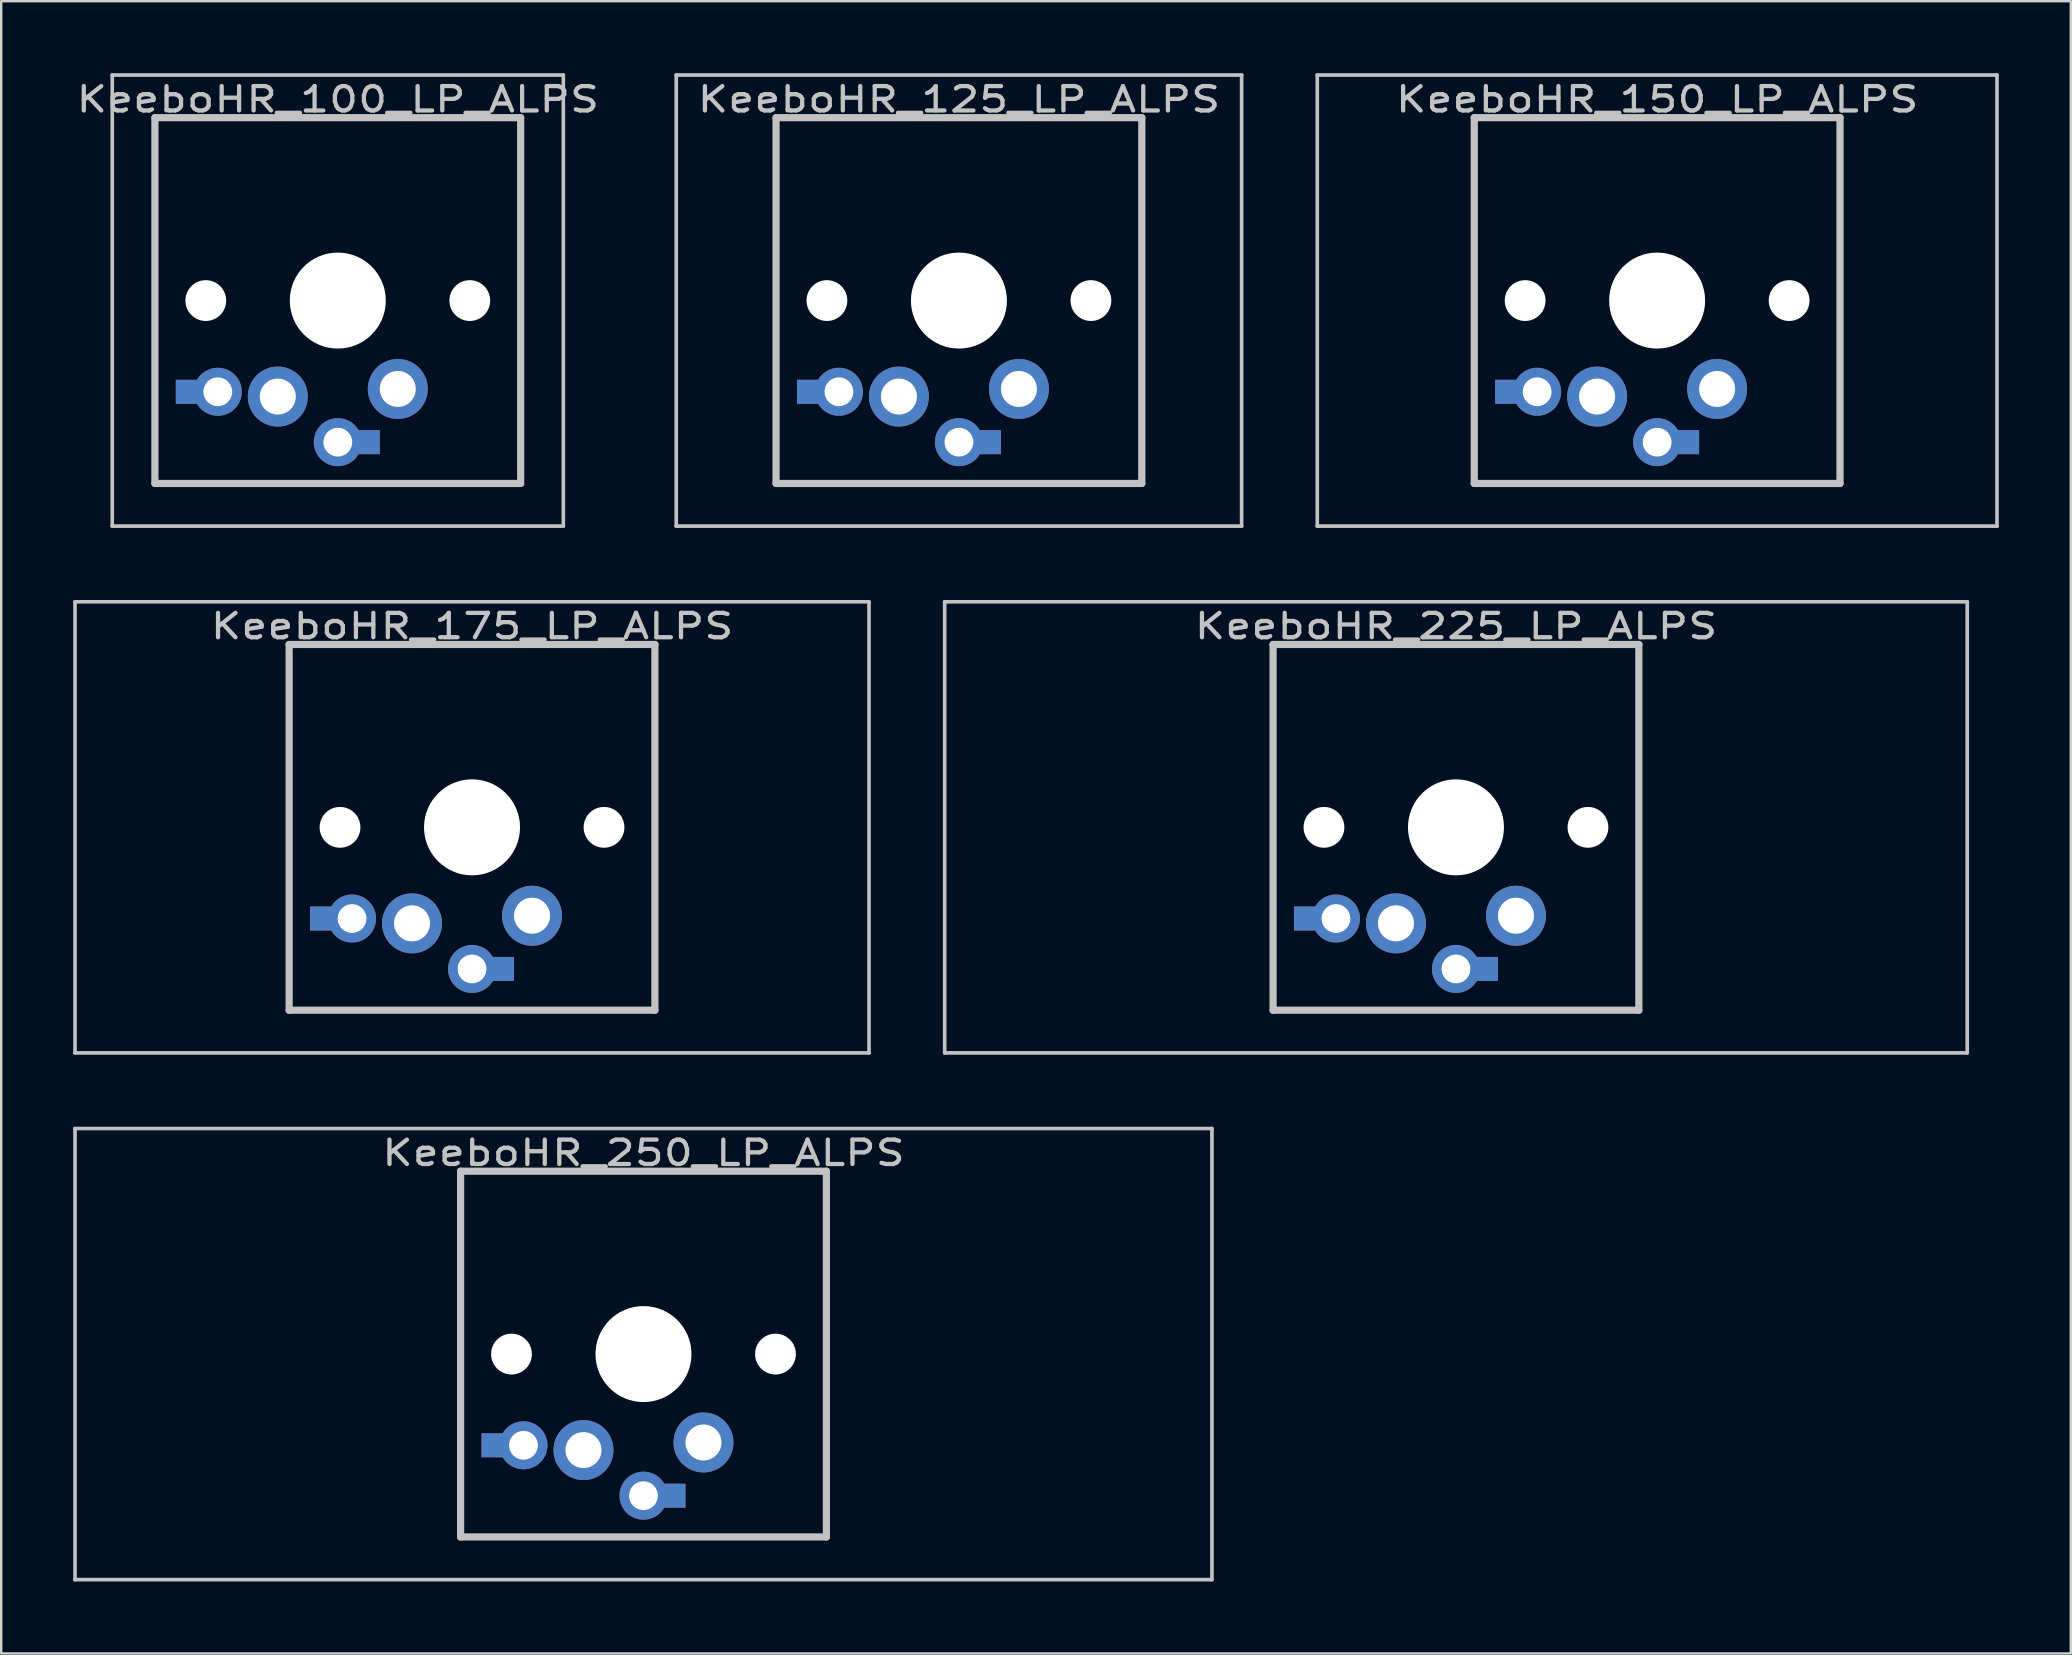
<source format=kicad_pcb>
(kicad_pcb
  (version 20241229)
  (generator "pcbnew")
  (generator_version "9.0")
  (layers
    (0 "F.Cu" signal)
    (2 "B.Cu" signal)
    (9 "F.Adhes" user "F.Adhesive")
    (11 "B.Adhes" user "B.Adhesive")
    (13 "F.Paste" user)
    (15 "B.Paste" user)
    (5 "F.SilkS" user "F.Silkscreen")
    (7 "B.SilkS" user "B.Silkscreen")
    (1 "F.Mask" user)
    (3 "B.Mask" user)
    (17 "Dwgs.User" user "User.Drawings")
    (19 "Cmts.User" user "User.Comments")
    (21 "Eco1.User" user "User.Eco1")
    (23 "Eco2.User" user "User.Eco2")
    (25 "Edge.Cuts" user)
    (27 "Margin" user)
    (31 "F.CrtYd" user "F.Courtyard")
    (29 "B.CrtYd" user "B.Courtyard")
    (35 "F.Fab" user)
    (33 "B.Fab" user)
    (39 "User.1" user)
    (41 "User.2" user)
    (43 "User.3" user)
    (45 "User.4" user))
  (footprint "KeeboHR_125_LP_ALPS"
    (layer "F.Cu")
    (at 36.906 9.474)
    (property "Reference" "KeeboHR_125_LP_ALPS" (at 0 -8.382 0) (layer "Dwgs.User") (effects (font (size 1.016 1.27) (thickness 0.178))))
    (attr through_hole)
    (fp_line (start -11.779 -9.398) (end 11.779 -9.398) (stroke (width 0.152) (type solid)) (layer "Dwgs.User"))
    (fp_line (start -11.779 9.398) (end -11.779 -9.398) (stroke (width 0.152) (type solid)) (layer "Dwgs.User"))
    (fp_line (start -7.62 -7.62) (end 7.62 -7.62) (stroke (width 0.3) (type solid)) (layer "Dwgs.User"))
    (fp_line (start -7.62 7.62) (end -7.62 -7.62) (stroke (width 0.3) (type solid)) (layer "Dwgs.User"))
    (fp_line (start 7.62 -7.62) (end 7.62 7.62) (stroke (width 0.3) (type solid)) (layer "Dwgs.User"))
    (fp_line (start 7.62 7.62) (end -7.62 7.62) (stroke (width 0.3) (type solid)) (layer "Dwgs.User"))
    (fp_line (start 11.779 -9.398) (end 11.779 9.398) (stroke (width 0.152) (type solid)) (layer "Dwgs.User"))
    (fp_line (start 11.779 9.398) (end -11.779 9.398) (stroke (width 0.152) (type solid)) (layer "Dwgs.User"))
    (pad "" np_thru_hole circle (at -5.5 0) (size 1.7 1.7) (drill 1.7) (layers "*.Cu" "*.Mask"))
    (pad "" np_thru_hole circle (at 0 0) (size 4 4) (drill 4) (layers "*.Cu" "*.Mask"))
    (pad "" np_thru_hole circle (at 5.5 0) (size 1.7 1.7) (drill 1.7) (layers "*.Cu" "*.Mask"))
    (pad "1" thru_hole circle (at 0 5.9) (size 2 2) (drill 1.2) (layers "*.Cu" "*.Mask"))
    (pad "1" smd rect (at 1.25 5.9) (size 1 1) (layers "*.Cu" "*.Mask"))
    (pad "1" thru_hole circle (at 2.5 3.683) (size 2.5 2.5) (drill 1.5) (layers "*.Cu" "*.Mask"))
    (pad "2" smd rect (at -6.25 3.8) (size 1 1) (layers "*.Cu" "*.Mask"))
    (pad "2" thru_hole circle (at -5 3.8) (size 2 2) (drill 1.2) (layers "*.Cu" "*.Mask"))
    (pad "2" thru_hole circle (at -2.5 4) (size 2.5 2.5) (drill 1.5) (layers "*.Cu" "*.Mask")))
  (footprint "KeeboHR_225_LP_ALPS"
    (layer "F.Cu")
    (at 57.616 31.423)
    (property "Reference" "KeeboHR_225_LP_ALPS" (at 0 -8.382 0) (layer "Dwgs.User") (effects (font (size 1.016 1.27) (thickness 0.178))))
    (attr through_hole)
    (fp_line (start -21.304 -9.398) (end 21.304 -9.398) (stroke (width 0.152) (type solid)) (layer "Dwgs.User"))
    (fp_line (start -21.304 9.398) (end -21.304 -9.398) (stroke (width 0.152) (type solid)) (layer "Dwgs.User"))
    (fp_line (start -7.62 -7.62) (end 7.62 -7.62) (stroke (width 0.3) (type solid)) (layer "Dwgs.User"))
    (fp_line (start -7.62 7.62) (end -7.62 -7.62) (stroke (width 0.3) (type solid)) (layer "Dwgs.User"))
    (fp_line (start 7.62 -7.62) (end 7.62 7.62) (stroke (width 0.3) (type solid)) (layer "Dwgs.User"))
    (fp_line (start 7.62 7.62) (end -7.62 7.62) (stroke (width 0.3) (type solid)) (layer "Dwgs.User"))
    (fp_line (start 21.304 -9.398) (end 21.304 9.398) (stroke (width 0.152) (type solid)) (layer "Dwgs.User"))
    (fp_line (start 21.304 9.398) (end -21.304 9.398) (stroke (width 0.152) (type solid)) (layer "Dwgs.User"))
    (pad "" np_thru_hole circle (at -5.5 0) (size 1.7 1.7) (drill 1.7) (layers "*.Cu" "*.Mask"))
    (pad "" np_thru_hole circle (at 0 0) (size 4 4) (drill 4) (layers "*.Cu" "*.Mask"))
    (pad "" np_thru_hole circle (at 5.5 0) (size 1.7 1.7) (drill 1.7) (layers "*.Cu" "*.Mask"))
    (pad "1" thru_hole circle (at 0 5.9) (size 2 2) (drill 1.2) (layers "*.Cu" "*.Mask"))
    (pad "1" smd rect (at 1.25 5.9) (size 1 1) (layers "*.Cu" "*.Mask"))
    (pad "1" thru_hole circle (at 2.5 3.683) (size 2.5 2.5) (drill 1.5) (layers "*.Cu" "*.Mask"))
    (pad "2" smd rect (at -6.25 3.8) (size 1 1) (layers "*.Cu" "*.Mask"))
    (pad "2" thru_hole circle (at -5 3.8) (size 2 2) (drill 1.2) (layers "*.Cu" "*.Mask"))
    (pad "2" thru_hole circle (at -2.5 4) (size 2.5 2.5) (drill 1.5) (layers "*.Cu" "*.Mask")))
  (footprint "KeeboHR_100_LP_ALPS"
    (layer "F.Cu")
    (at 11.025 9.474)
    (property "Reference" "KeeboHR_100_LP_ALPS" (at 0 -8.382 0) (layer "Dwgs.User") (effects (font (size 1.016 1.27) (thickness 0.178))))
    (attr through_hole)
    (fp_line (start -9.398 -9.398) (end 9.398 -9.398) (stroke (width 0.152) (type solid)) (layer "Dwgs.User"))
    (fp_line (start -9.398 9.398) (end -9.398 -9.398) (stroke (width 0.152) (type solid)) (layer "Dwgs.User"))
    (fp_line (start -7.62 -7.62) (end 7.62 -7.62) (stroke (width 0.3) (type solid)) (layer "Dwgs.User"))
    (fp_line (start -7.62 7.62) (end -7.62 -7.62) (stroke (width 0.3) (type solid)) (layer "Dwgs.User"))
    (fp_line (start 7.62 -7.62) (end 7.62 7.62) (stroke (width 0.3) (type solid)) (layer "Dwgs.User"))
    (fp_line (start 7.62 7.62) (end -7.62 7.62) (stroke (width 0.3) (type solid)) (layer "Dwgs.User"))
    (fp_line (start 9.398 -9.398) (end 9.398 9.398) (stroke (width 0.152) (type solid)) (layer "Dwgs.User"))
    (fp_line (start 9.398 9.398) (end -9.398 9.398) (stroke (width 0.152) (type solid)) (layer "Dwgs.User"))
    (pad "" np_thru_hole circle (at -5.5 0) (size 1.7 1.7) (drill 1.7) (layers "*.Cu" "*.Mask"))
    (pad "" np_thru_hole circle (at 0 0) (size 4 4) (drill 4) (layers "*.Cu" "*.Mask"))
    (pad "" np_thru_hole circle (at 5.5 0) (size 1.7 1.7) (drill 1.7) (layers "*.Cu" "*.Mask"))
    (pad "1" thru_hole circle (at 0 5.9) (size 2 2) (drill 1.2) (layers "*.Cu" "*.Mask"))
    (pad "1" smd rect (at 1.25 5.9) (size 1 1) (layers "*.Cu" "*.Mask"))
    (pad "1" thru_hole circle (at 2.5 3.683) (size 2.5 2.5) (drill 1.5) (layers "*.Cu" "*.Mask"))
    (pad "2" smd rect (at -6.25 3.8) (size 1 1) (layers "*.Cu" "*.Mask"))
    (pad "2" thru_hole circle (at -5 3.8) (size 2 2) (drill 1.2) (layers "*.Cu" "*.Mask"))
    (pad "2" thru_hole circle (at -2.5 4) (size 2.5 2.5) (drill 1.5) (layers "*.Cu" "*.Mask")))
  (footprint "KeeboHR_250_LP_ALPS"
    (layer "F.Cu")
    (at 23.762 53.371)
    (property "Reference" "KeeboHR_250_LP_ALPS" (at 0 -8.382 0) (layer "Dwgs.User") (effects (font (size 1.016 1.27) (thickness 0.178))))
    (attr through_hole)
    (fp_line (start -23.686 -9.398) (end 23.686 -9.398) (stroke (width 0.152) (type solid)) (layer "Dwgs.User"))
    (fp_line (start -23.686 9.398) (end -23.686 -9.398) (stroke (width 0.152) (type solid)) (layer "Dwgs.User"))
    (fp_line (start -7.62 -7.62) (end 7.62 -7.62) (stroke (width 0.3) (type solid)) (layer "Dwgs.User"))
    (fp_line (start -7.62 7.62) (end -7.62 -7.62) (stroke (width 0.3) (type solid)) (layer "Dwgs.User"))
    (fp_line (start 7.62 -7.62) (end 7.62 7.62) (stroke (width 0.3) (type solid)) (layer "Dwgs.User"))
    (fp_line (start 7.62 7.62) (end -7.62 7.62) (stroke (width 0.3) (type solid)) (layer "Dwgs.User"))
    (fp_line (start 23.686 -9.398) (end 23.686 9.398) (stroke (width 0.152) (type solid)) (layer "Dwgs.User"))
    (fp_line (start 23.686 9.398) (end -23.686 9.398) (stroke (width 0.152) (type solid)) (layer "Dwgs.User"))
    (pad "" np_thru_hole circle (at -5.5 0) (size 1.7 1.7) (drill 1.7) (layers "*.Cu" "*.Mask"))
    (pad "" np_thru_hole circle (at 0 0) (size 4 4) (drill 4) (layers "*.Cu" "*.Mask"))
    (pad "" np_thru_hole circle (at 5.5 0) (size 1.7 1.7) (drill 1.7) (layers "*.Cu" "*.Mask"))
    (pad "1" thru_hole circle (at 0 5.9) (size 2 2) (drill 1.2) (layers "*.Cu" "*.Mask"))
    (pad "1" smd rect (at 1.25 5.9) (size 1 1) (layers "*.Cu" "*.Mask"))
    (pad "1" thru_hole circle (at 2.5 3.683) (size 2.5 2.5) (drill 1.5) (layers "*.Cu" "*.Mask"))
    (pad "2" smd rect (at -6.25 3.8) (size 1 1) (layers "*.Cu" "*.Mask"))
    (pad "2" thru_hole circle (at -5 3.8) (size 2 2) (drill 1.2) (layers "*.Cu" "*.Mask"))
    (pad "2" thru_hole circle (at -2.5 4) (size 2.5 2.5) (drill 1.5) (layers "*.Cu" "*.Mask")))
  (footprint "KeeboHR_175_LP_ALPS"
    (layer "F.Cu")
    (at 16.618 31.423)
    (property "Reference" "KeeboHR_175_LP_ALPS" (at 0 -8.382 0) (layer "Dwgs.User") (effects (font (size 1.016 1.27) (thickness 0.178))))
    (attr through_hole)
    (fp_line (start -16.542 -9.398) (end 16.542 -9.398) (stroke (width 0.152) (type solid)) (layer "Dwgs.User"))
    (fp_line (start -16.542 9.398) (end -16.542 -9.398) (stroke (width 0.152) (type solid)) (layer "Dwgs.User"))
    (fp_line (start -7.62 -7.62) (end 7.62 -7.62) (stroke (width 0.3) (type solid)) (layer "Dwgs.User"))
    (fp_line (start -7.62 7.62) (end -7.62 -7.62) (stroke (width 0.3) (type solid)) (layer "Dwgs.User"))
    (fp_line (start 7.62 -7.62) (end 7.62 7.62) (stroke (width 0.3) (type solid)) (layer "Dwgs.User"))
    (fp_line (start 7.62 7.62) (end -7.62 7.62) (stroke (width 0.3) (type solid)) (layer "Dwgs.User"))
    (fp_line (start 16.542 -9.398) (end 16.542 9.398) (stroke (width 0.152) (type solid)) (layer "Dwgs.User"))
    (fp_line (start 16.542 9.398) (end -16.542 9.398) (stroke (width 0.152) (type solid)) (layer "Dwgs.User"))
    (pad "" np_thru_hole circle (at -5.5 0) (size 1.7 1.7) (drill 1.7) (layers "*.Cu" "*.Mask"))
    (pad "" np_thru_hole circle (at 0 0) (size 4 4) (drill 4) (layers "*.Cu" "*.Mask"))
    (pad "" np_thru_hole circle (at 5.5 0) (size 1.7 1.7) (drill 1.7) (layers "*.Cu" "*.Mask"))
    (pad "1" thru_hole circle (at 0 5.9) (size 2 2) (drill 1.2) (layers "*.Cu" "*.Mask"))
    (pad "1" smd rect (at 1.25 5.9) (size 1 1) (layers "*.Cu" "*.Mask"))
    (pad "1" thru_hole circle (at 2.5 3.683) (size 2.5 2.5) (drill 1.5) (layers "*.Cu" "*.Mask"))
    (pad "2" smd rect (at -6.25 3.8) (size 1 1) (layers "*.Cu" "*.Mask"))
    (pad "2" thru_hole circle (at -5 3.8) (size 2 2) (drill 1.2) (layers "*.Cu" "*.Mask"))
    (pad "2" thru_hole circle (at -2.5 4) (size 2.5 2.5) (drill 1.5) (layers "*.Cu" "*.Mask")))
  (footprint "KeeboHR_150_LP_ALPS"
    (layer "F.Cu")
    (at 65.998 9.474)
    (property "Reference" "KeeboHR_150_LP_ALPS" (at 0 -8.382 0) (layer "Dwgs.User") (effects (font (size 1.016 1.27) (thickness 0.178))))
    (attr through_hole)
    (fp_line (start -14.161 -9.398) (end 14.161 -9.398) (stroke (width 0.152) (type solid)) (layer "Dwgs.User"))
    (fp_line (start -14.161 9.398) (end -14.161 -9.398) (stroke (width 0.152) (type solid)) (layer "Dwgs.User"))
    (fp_line (start -7.62 -7.62) (end 7.62 -7.62) (stroke (width 0.3) (type solid)) (layer "Dwgs.User"))
    (fp_line (start -7.62 7.62) (end -7.62 -7.62) (stroke (width 0.3) (type solid)) (layer "Dwgs.User"))
    (fp_line (start 7.62 -7.62) (end 7.62 7.62) (stroke (width 0.3) (type solid)) (layer "Dwgs.User"))
    (fp_line (start 7.62 7.62) (end -7.62 7.62) (stroke (width 0.3) (type solid)) (layer "Dwgs.User"))
    (fp_line (start 14.161 -9.398) (end 14.161 9.398) (stroke (width 0.152) (type solid)) (layer "Dwgs.User"))
    (fp_line (start 14.161 9.398) (end -14.161 9.398) (stroke (width 0.152) (type solid)) (layer "Dwgs.User"))
    (pad "" np_thru_hole circle (at -5.5 0) (size 1.7 1.7) (drill 1.7) (layers "*.Cu" "*.Mask"))
    (pad "" np_thru_hole circle (at 0 0) (size 4 4) (drill 4) (layers "*.Cu" "*.Mask"))
    (pad "" np_thru_hole circle (at 5.5 0) (size 1.7 1.7) (drill 1.7) (layers "*.Cu" "*.Mask"))
    (pad "1" thru_hole circle (at 0 5.9) (size 2 2) (drill 1.2) (layers "*.Cu" "*.Mask"))
    (pad "1" smd rect (at 1.25 5.9) (size 1 1) (layers "*.Cu" "*.Mask"))
    (pad "1" thru_hole circle (at 2.5 3.683) (size 2.5 2.5) (drill 1.5) (layers "*.Cu" "*.Mask"))
    (pad "2" smd rect (at -6.25 3.8) (size 1 1) (layers "*.Cu" "*.Mask"))
    (pad "2" thru_hole circle (at -5 3.8) (size 2 2) (drill 1.2) (layers "*.Cu" "*.Mask"))
    (pad "2" thru_hole circle (at -2.5 4) (size 2.5 2.5) (drill 1.5) (layers "*.Cu" "*.Mask")))
  (gr_rect
    (start -3 -3)
    (end 83.235 65.845)
    (stroke (width 0.1) (type default))
    (fill no)
    (layer "Edge.Cuts")))
</source>
